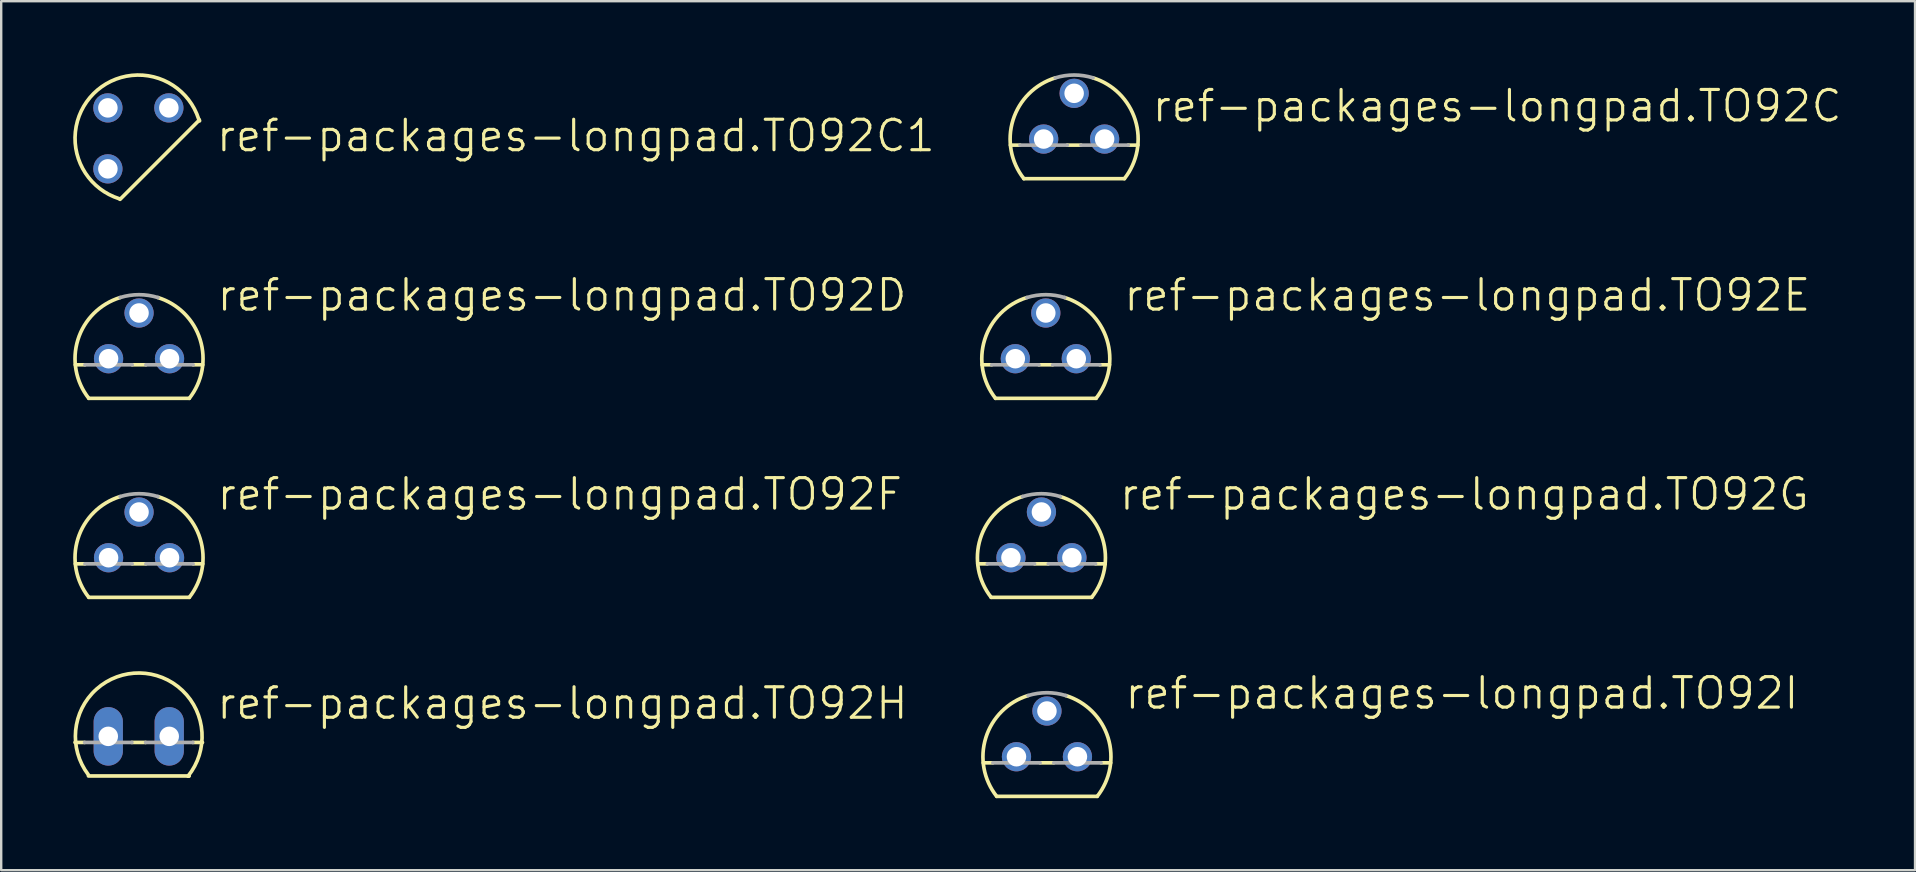
<source format=kicad_pcb>
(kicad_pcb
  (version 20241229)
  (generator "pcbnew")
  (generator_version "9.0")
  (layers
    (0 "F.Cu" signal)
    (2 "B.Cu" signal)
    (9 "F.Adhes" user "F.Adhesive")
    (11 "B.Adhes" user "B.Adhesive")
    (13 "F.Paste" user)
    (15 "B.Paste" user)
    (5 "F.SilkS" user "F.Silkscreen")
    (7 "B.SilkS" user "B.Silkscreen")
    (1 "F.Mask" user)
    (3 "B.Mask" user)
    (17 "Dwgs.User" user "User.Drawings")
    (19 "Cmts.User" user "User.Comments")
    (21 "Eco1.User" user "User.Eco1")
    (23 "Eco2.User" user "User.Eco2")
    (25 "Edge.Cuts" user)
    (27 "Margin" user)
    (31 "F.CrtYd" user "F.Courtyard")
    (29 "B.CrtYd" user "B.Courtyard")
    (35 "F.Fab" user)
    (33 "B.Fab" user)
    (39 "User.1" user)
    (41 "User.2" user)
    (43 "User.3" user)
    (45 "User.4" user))
  (footprint "ref-packages-longpad.TO92F"
    (layer "F.Cu")
    (at 2.743 20.188)
    (property "Reference" "ref-packages-longpad.TO92F" (at 3.175 -1.905 0) (layer "F.SilkS") (effects (font (size 1.27 1.27) (thickness 0.13)) (justify left bottom)))
    (attr through_hole)
    (fp_line (start -2.655 0.254) (end -2.254 0.254) (stroke (width 0.152) (type default)) (layer "F.SilkS"))
    (fp_line (start -2.095 1.651) (end 2.095 1.651) (stroke (width 0.152) (type default)) (layer "F.SilkS"))
    (fp_line (start -0.286 0.254) (end 0.286 0.254) (stroke (width 0.152) (type default)) (layer "F.SilkS"))
    (fp_line (start 2.254 0.254) (end 2.655 0.254) (stroke (width 0.152) (type default)) (layer "F.SilkS"))
    (fp_arc (start -2.0946 1.651) (mid -2.54634 -0.793276) (end -0.7863 -2.5485) (stroke (width 0.1524) (type default)) (layer "F.SilkS"))
    (fp_arc (start 0.7868 -2.5484) (mid 2.54677 -0.793201) (end 2.095 1.651) (stroke (width 0.1524) (type default)) (layer "F.SilkS"))
    (fp_line (start -2.254 0.254) (end -0.286 0.254) (stroke (width 0.152) (type default)) (layer "F.Fab"))
    (fp_line (start 0.286 0.254) (end 2.254 0.254) (stroke (width 0.152) (type default)) (layer "F.Fab"))
    (fp_arc (start -0.7863 -2.5485) (mid 0 -2.667043) (end 0.7863 -2.5485) (stroke (width 0.1524) (type default)) (layer "F.Fab"))
    (pad "D" thru_hole circle (at 1.27 0) (size 1.219 1.219) (drill 0.813) (layers "*.Cu" "*.Mask"))
    (pad "G" thru_hole circle (at 0 -1.905) (size 1.219 1.219) (drill 0.813) (layers "*.Cu" "*.Mask"))
    (pad "S" thru_hole circle (at -1.27 0) (size 1.219 1.219) (drill 0.813) (layers "*.Cu" "*.Mask")))
  (footprint "ref-packages-longpad.TO92E"
    (layer "F.Cu")
    (at 40.524 11.896)
    (property "Reference" "ref-packages-longpad.TO92E" (at 3.175 -1.905 0) (layer "F.SilkS") (effects (font (size 1.27 1.27) (thickness 0.13)) (justify left bottom)))
    (attr through_hole)
    (fp_line (start -2.655 0.254) (end -2.254 0.254) (stroke (width 0.152) (type default)) (layer "F.SilkS"))
    (fp_line (start -2.095 1.651) (end 2.095 1.651) (stroke (width 0.152) (type default)) (layer "F.SilkS"))
    (fp_line (start -0.286 0.254) (end 0.286 0.254) (stroke (width 0.152) (type default)) (layer "F.SilkS"))
    (fp_line (start 2.254 0.254) (end 2.655 0.254) (stroke (width 0.152) (type default)) (layer "F.SilkS"))
    (fp_arc (start -2.0946 1.651) (mid -2.54634 -0.793276) (end -0.7863 -2.5485) (stroke (width 0.1524) (type default)) (layer "F.SilkS"))
    (fp_arc (start 0.7868 -2.5484) (mid 2.54677 -0.793201) (end 2.095 1.651) (stroke (width 0.1524) (type default)) (layer "F.SilkS"))
    (fp_line (start -2.254 0.254) (end -0.286 0.254) (stroke (width 0.152) (type default)) (layer "F.Fab"))
    (fp_line (start 0.286 0.254) (end 2.254 0.254) (stroke (width 0.152) (type default)) (layer "F.Fab"))
    (fp_arc (start -0.7863 -2.5485) (mid 0 -2.667043) (end 0.7863 -2.5485) (stroke (width 0.1524) (type default)) (layer "F.Fab"))
    (pad "B1" thru_hole circle (at -1.27 0) (size 1.219 1.219) (drill 0.813) (layers "*.Cu" "*.Mask"))
    (pad "B2" thru_hole circle (at 1.27 0) (size 1.219 1.219) (drill 0.813) (layers "*.Cu" "*.Mask"))
    (pad "E" thru_hole circle (at 0 -1.905) (size 1.219 1.219) (drill 0.813) (layers "*.Cu" "*.Mask")))
  (footprint "ref-packages-longpad.TO92I"
    (layer "F.Cu")
    (at 40.572 28.48)
    (property "Reference" "ref-packages-longpad.TO92I" (at 3.175 -1.905 0) (layer "F.SilkS") (effects (font (size 1.27 1.27) (thickness 0.13)) (justify left bottom)))
    (attr through_hole)
    (fp_line (start -2.655 0.254) (end -2.254 0.254) (stroke (width 0.152) (type default)) (layer "F.SilkS"))
    (fp_line (start -2.095 1.651) (end 2.095 1.651) (stroke (width 0.152) (type default)) (layer "F.SilkS"))
    (fp_line (start -0.286 0.254) (end 0.286 0.254) (stroke (width 0.152) (type default)) (layer "F.SilkS"))
    (fp_line (start 2.254 0.254) (end 2.655 0.254) (stroke (width 0.152) (type default)) (layer "F.SilkS"))
    (fp_arc (start -2.0946 1.651) (mid -2.54634 -0.793276) (end -0.7863 -2.5485) (stroke (width 0.1524) (type default)) (layer "F.SilkS"))
    (fp_arc (start 0.7868 -2.5484) (mid 2.54677 -0.793201) (end 2.095 1.651) (stroke (width 0.1524) (type default)) (layer "F.SilkS"))
    (fp_line (start -2.254 0.254) (end -0.286 0.254) (stroke (width 0.152) (type default)) (layer "F.Fab"))
    (fp_line (start 0.286 0.254) (end 2.254 0.254) (stroke (width 0.152) (type default)) (layer "F.Fab"))
    (fp_arc (start -0.7863 -2.5485) (mid 0 -2.667043) (end 0.7863 -2.5485) (stroke (width 0.1524) (type default)) (layer "F.Fab"))
    (pad "D" thru_hole circle (at 0 -1.905) (size 1.219 1.219) (drill 0.813) (layers "*.Cu" "*.Mask"))
    (pad "G" thru_hole circle (at 1.27 0) (size 1.219 1.219) (drill 0.813) (layers "*.Cu" "*.Mask"))
    (pad "S" thru_hole circle (at -1.27 0) (size 1.219 1.219) (drill 0.813) (layers "*.Cu" "*.Mask")))
  (footprint "ref-packages-longpad.TO92C1"
    (layer "F.Cu")
    (at 2.715 2.715)
    (property "Reference" "ref-packages-longpad.TO92C1" (at 3.175 0.635 0) (layer "F.SilkS") (effects (font (size 1.27 1.27) (thickness 0.13)) (justify left bottom)))
    (attr through_hole)
    (fp_line (start -0.762 2.54) (end 2.54 -0.762) (stroke (width 0.152) (type default)) (layer "F.SilkS"))
    (fp_arc (start -0.8 2.514179) (mid -1.867148 -1.864093) (end 2.512866 -0.804115) (stroke (width 0.1524) (type default)) (layer "F.SilkS"))
    (fp_arc (start 2.54 -0.762) (mid 2.544955 -0.745266) (end 2.5498 -0.7285) (stroke (width 0.1524) (type default)) (layer "F.SilkS"))
    (pad "B" thru_hole circle (at 1.27 -1.27) (size 1.219 1.219) (drill 0.813) (layers "*.Cu" "*.Mask"))
    (pad "C" thru_hole circle (at -1.27 -1.27) (size 1.219 1.219) (drill 0.813) (layers "*.Cu" "*.Mask"))
    (pad "E" thru_hole circle (at -1.27 1.27) (size 1.219 1.219) (drill 0.813) (layers "*.Cu" "*.Mask")))
  (footprint "ref-packages-longpad.TO92C"
    (layer "F.Cu")
    (at 41.705 2.743)
    (property "Reference" "ref-packages-longpad.TO92C" (at 3.175 -0.635 0) (layer "F.SilkS") (effects (font (size 1.27 1.27) (thickness 0.13)) (justify left bottom)))
    (attr through_hole)
    (fp_line (start -2.655 0.254) (end -2.254 0.254) (stroke (width 0.152) (type default)) (layer "F.SilkS"))
    (fp_line (start -2.095 1.651) (end 2.095 1.651) (stroke (width 0.152) (type default)) (layer "F.SilkS"))
    (fp_line (start -0.286 0.254) (end 0.286 0.254) (stroke (width 0.152) (type default)) (layer "F.SilkS"))
    (fp_line (start 2.254 0.254) (end 2.655 0.254) (stroke (width 0.152) (type default)) (layer "F.SilkS"))
    (fp_arc (start -2.0946 1.651) (mid -2.54634 -0.793276) (end -0.7863 -2.5485) (stroke (width 0.1524) (type default)) (layer "F.SilkS"))
    (fp_arc (start 0.7868 -2.5484) (mid 2.54677 -0.793201) (end 2.095 1.651) (stroke (width 0.1524) (type default)) (layer "F.SilkS"))
    (fp_line (start -2.254 0.254) (end -0.286 0.254) (stroke (width 0.152) (type default)) (layer "F.Fab"))
    (fp_line (start 0.286 0.254) (end 2.254 0.254) (stroke (width 0.152) (type default)) (layer "F.Fab"))
    (fp_arc (start -0.7863 -2.5485) (mid 0 -2.667043) (end 0.7863 -2.5485) (stroke (width 0.1524) (type default)) (layer "F.Fab"))
    (pad "B" thru_hole circle (at 1.27 0) (size 1.219 1.219) (drill 0.813) (layers "*.Cu" "*.Mask"))
    (pad "C" thru_hole circle (at 0 -1.905) (size 1.219 1.219) (drill 0.813) (layers "*.Cu" "*.Mask"))
    (pad "E" thru_hole circle (at -1.27 0) (size 1.219 1.219) (drill 0.813) (layers "*.Cu" "*.Mask")))
  (footprint "ref-packages-longpad.TO92D"
    (layer "F.Cu")
    (at 2.743 11.896)
    (property "Reference" "ref-packages-longpad.TO92D" (at 3.175 -1.905 0) (layer "F.SilkS") (effects (font (size 1.27 1.27) (thickness 0.13)) (justify left bottom)))
    (attr through_hole)
    (fp_line (start -2.655 0.254) (end -2.254 0.254) (stroke (width 0.152) (type default)) (layer "F.SilkS"))
    (fp_line (start -2.095 1.651) (end 2.095 1.651) (stroke (width 0.152) (type default)) (layer "F.SilkS"))
    (fp_line (start -0.286 0.254) (end 0.286 0.254) (stroke (width 0.152) (type default)) (layer "F.SilkS"))
    (fp_line (start 2.254 0.254) (end 2.655 0.254) (stroke (width 0.152) (type default)) (layer "F.SilkS"))
    (fp_arc (start -2.0946 1.651) (mid -2.54634 -0.793276) (end -0.7863 -2.5485) (stroke (width 0.1524) (type default)) (layer "F.SilkS"))
    (fp_arc (start 0.7868 -2.5484) (mid 2.54677 -0.793201) (end 2.095 1.651) (stroke (width 0.1524) (type default)) (layer "F.SilkS"))
    (fp_line (start -2.254 0.254) (end -0.286 0.254) (stroke (width 0.152) (type default)) (layer "F.Fab"))
    (fp_line (start 0.286 0.254) (end 2.254 0.254) (stroke (width 0.152) (type default)) (layer "F.Fab"))
    (fp_arc (start -0.7863 -2.5485) (mid 0 -2.667043) (end 0.7863 -2.5485) (stroke (width 0.1524) (type default)) (layer "F.Fab"))
    (pad "B" thru_hole circle (at 0 -1.905) (size 1.219 1.219) (drill 0.813) (layers "*.Cu" "*.Mask"))
    (pad "C" thru_hole circle (at 1.27 0) (size 1.219 1.219) (drill 0.813) (layers "*.Cu" "*.Mask"))
    (pad "E" thru_hole circle (at -1.27 0) (size 1.219 1.219) (drill 0.813) (layers "*.Cu" "*.Mask")))
  (footprint "ref-packages-longpad.TO92G"
    (layer "F.Cu")
    (at 40.342 20.188)
    (property "Reference" "ref-packages-longpad.TO92G" (at 3.175 -1.905 0) (layer "F.SilkS") (effects (font (size 1.27 1.27) (thickness 0.13)) (justify left bottom)))
    (attr through_hole)
    (fp_line (start -2.655 0.254) (end -2.254 0.254) (stroke (width 0.152) (type default)) (layer "F.SilkS"))
    (fp_line (start -2.095 1.651) (end 2.095 1.651) (stroke (width 0.152) (type default)) (layer "F.SilkS"))
    (fp_line (start -0.286 0.254) (end 0.286 0.254) (stroke (width 0.152) (type default)) (layer "F.SilkS"))
    (fp_line (start 2.254 0.254) (end 2.655 0.254) (stroke (width 0.152) (type default)) (layer "F.SilkS"))
    (fp_arc (start -2.0946 1.651) (mid -2.54634 -0.793276) (end -0.7863 -2.5485) (stroke (width 0.1524) (type default)) (layer "F.SilkS"))
    (fp_arc (start 0.7868 -2.5484) (mid 2.54677 -0.793201) (end 2.095 1.651) (stroke (width 0.1524) (type default)) (layer "F.SilkS"))
    (fp_line (start -2.254 0.254) (end -0.286 0.254) (stroke (width 0.152) (type default)) (layer "F.Fab"))
    (fp_line (start 0.286 0.254) (end 2.254 0.254) (stroke (width 0.152) (type default)) (layer "F.Fab"))
    (fp_arc (start -0.7863 -2.5485) (mid 0 -2.667043) (end 0.7863 -2.5485) (stroke (width 0.1524) (type default)) (layer "F.Fab"))
    (pad "D" thru_hole circle (at -1.27 0) (size 1.219 1.219) (drill 0.813) (layers "*.Cu" "*.Mask"))
    (pad "G" thru_hole circle (at 1.27 0) (size 1.219 1.219) (drill 0.813) (layers "*.Cu" "*.Mask"))
    (pad "S" thru_hole circle (at 0 -1.905) (size 1.219 1.219) (drill 0.813) (layers "*.Cu" "*.Mask")))
  (footprint "ref-packages-longpad.TO92H"
    (layer "F.Cu")
    (at 2.731 27.631)
    (property "Reference" "ref-packages-longpad.TO92H" (at 3.175 -0.635 0) (layer "F.SilkS") (effects (font (size 1.27 1.27) (thickness 0.13)) (justify left bottom)))
    (attr through_hole)
    (fp_line (start -2.655 0.254) (end -2.254 0.254) (stroke (width 0.152) (type default)) (layer "F.SilkS"))
    (fp_line (start -2.095 1.651) (end 2.094 1.651) (stroke (width 0.152) (type default)) (layer "F.SilkS"))
    (fp_line (start -0.286 0.254) (end 0.286 0.254) (stroke (width 0.152) (type default)) (layer "F.SilkS"))
    (fp_line (start 2.094 1.651) (end 2.095 1.651) (stroke (width 0.152) (type default)) (layer "F.SilkS"))
    (fp_line (start 2.254 0.254) (end 2.655 0.254) (stroke (width 0.152) (type default)) (layer "F.SilkS"))
    (fp_arc (start -2.099999 1.6) (mid 0.038054 -2.639397) (end 2.05137 1.66064) (stroke (width 0.1524) (type default)) (layer "F.SilkS"))
    (fp_line (start -2.254 0.254) (end -0.286 0.254) (stroke (width 0.152) (type default)) (layer "F.Fab"))
    (fp_line (start 0.286 0.254) (end 2.254 0.254) (stroke (width 0.152) (type default)) (layer "F.Fab"))
    (pad "1" thru_hole oval (at -1.27 0 90) (size 2.438 1.219) (drill 0.813) (layers "*.Cu" "*.Mask"))
    (pad "2" thru_hole oval (at 1.27 0 90) (size 2.438 1.219) (drill 0.813) (layers "*.Cu" "*.Mask")))
  (gr_rect
    (start -3 -3)
    (end 76.742 33.207)
    (stroke (width 0.1) (type default))
    (fill no)
    (layer "Edge.Cuts")))
</source>
